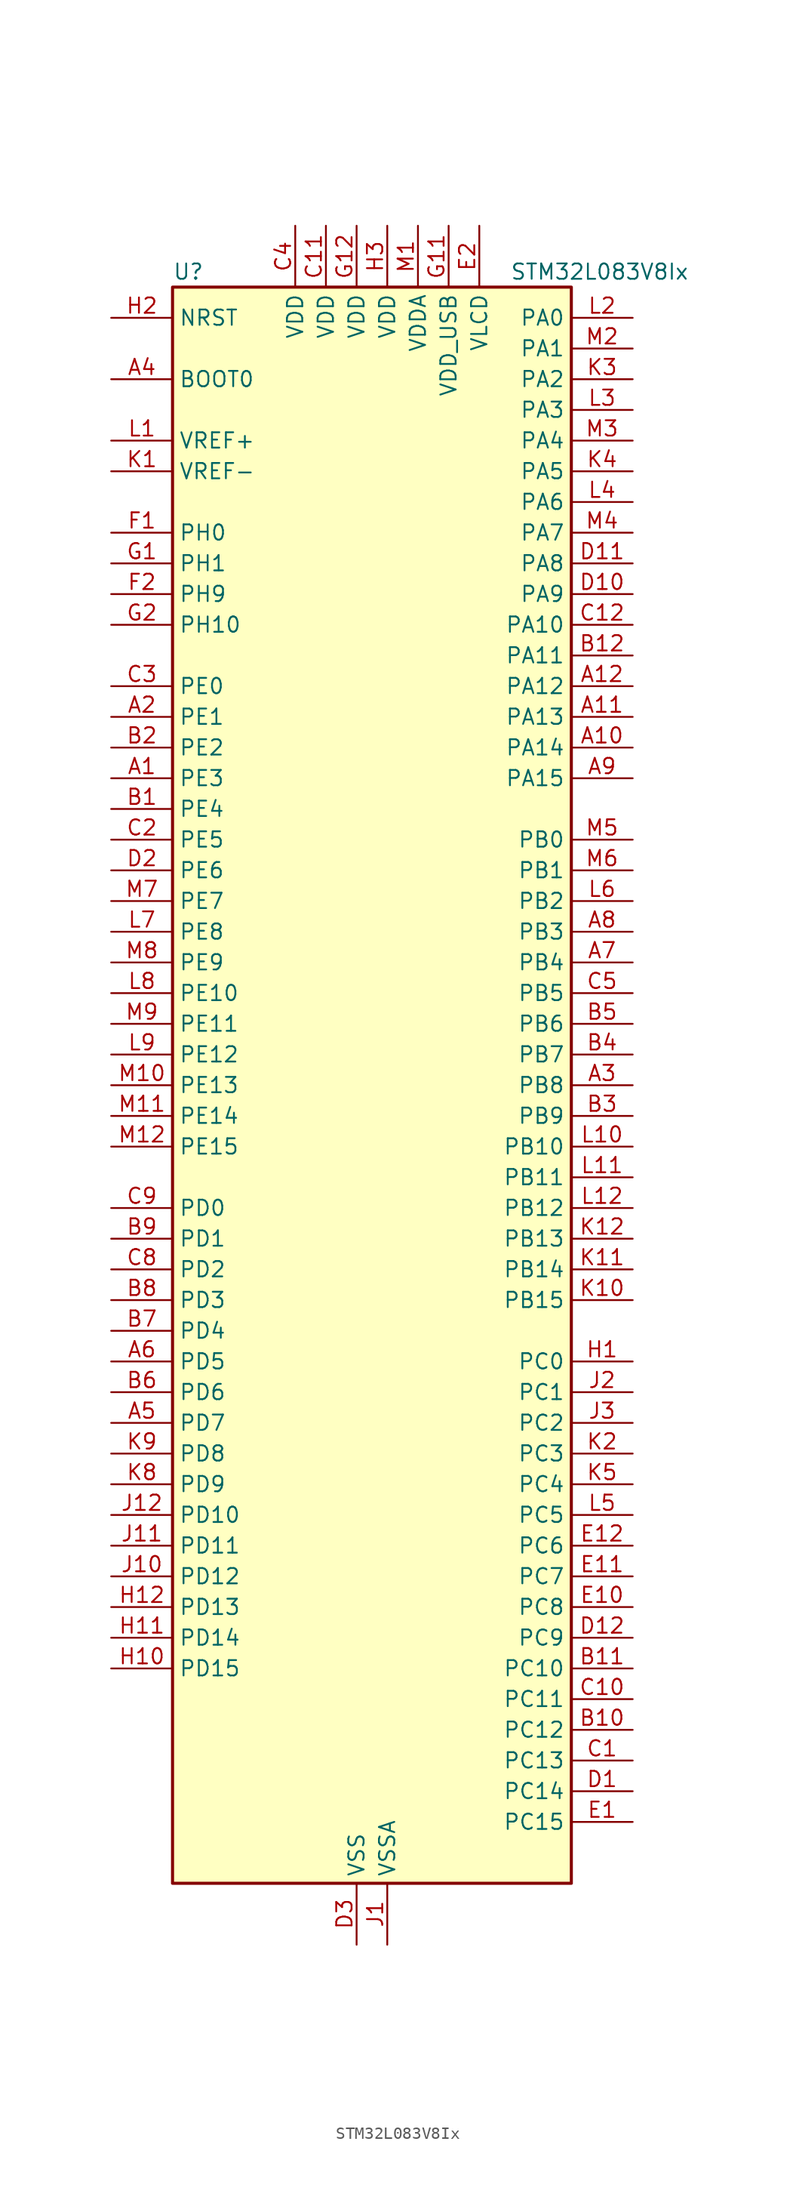
<source format=kicad_sym>
(kicad_symbol_lib
  (version 20220914)
  (generator kicad_symbol_editor)
  (symbol "STM32L083V8Ix"
    (property "Reference" "U"
      (at -15.24 67.31 0)
      (effects (font (size 1.27 1.27)) (justify left)))
    (property "Value" "STM32L083V8Ix"
      (at 12.7 67.31 0)
      (effects (font (size 1.27 1.27)) (justify left)))
    (property "ki_locked" ""
      (at 0 0 0)
      (effects (font (size 1.27 1.27))))
    (symbol "STM32L083V8Ix_0_1"
      (rectangle (start -15.24 -66.04) (end 17.78 66.04) (stroke (width 0.254) (type default)) (fill (type background))))
    (symbol "STM32L083V8Ix_1_1"
      (pin bidirectional line (at -20.32 25.4 0) (length 5.08) (name "PE3" (effects (font (size 1.27 1.27)))) (number "A1" (effects (font (size 1.27 1.27)))) (alternate "LCD_SEG39" bidirectional line) (alternate "TIM22_CH1" bidirectional line) (alternate "TIM3_CH1" bidirectional line))
      (pin bidirectional line (at 22.86 27.94 180) (length 5.08) (name "PA14" (effects (font (size 1.27 1.27)))) (number "A10" (effects (font (size 1.27 1.27)))) (alternate "LPUART1_TX" bidirectional line) (alternate "SYS_SWCLK" bidirectional line) (alternate "USART2_TX" bidirectional line))
      (pin bidirectional line (at 22.86 30.48 180) (length 5.08) (name "PA13" (effects (font (size 1.27 1.27)))) (number "A11" (effects (font (size 1.27 1.27)))) (alternate "LPUART1_RX" bidirectional line) (alternate "SYS_SWDIO" bidirectional line) (alternate "USB_NOE" bidirectional line))
      (pin bidirectional line (at 22.86 33.02 180) (length 5.08) (name "PA12" (effects (font (size 1.27 1.27)))) (number "A12" (effects (font (size 1.27 1.27)))) (alternate "COMP2_OUT" bidirectional line) (alternate "SPI1_MOSI" bidirectional line) (alternate "TSC_G4_IO4" bidirectional line) (alternate "USART1_DE" bidirectional line) (alternate "USART1_RTS" bidirectional line) (alternate "USB_DP" bidirectional line))
      (pin bidirectional line (at -20.32 30.48 0) (length 5.08) (name "PE1" (effects (font (size 1.27 1.27)))) (number "A2" (effects (font (size 1.27 1.27)))) (alternate "LCD_SEG37" bidirectional line))
      (pin bidirectional line (at 22.86 0 180) (length 5.08) (name "PB8" (effects (font (size 1.27 1.27)))) (number "A3" (effects (font (size 1.27 1.27)))) (alternate "I2C1_SCL" bidirectional line) (alternate "LCD_SEG16" bidirectional line) (alternate "TSC_SYNC" bidirectional line))
      (pin input line (at -20.32 58.42 0) (length 5.08) (name "BOOT0" (effects (font (size 1.27 1.27)))) (number "A4" (effects (font (size 1.27 1.27)))))
      (pin bidirectional line (at -20.32 -27.94 0) (length 5.08) (name "PD7" (effects (font (size 1.27 1.27)))) (number "A5" (effects (font (size 1.27 1.27)))) (alternate "TIM21_CH2" bidirectional line) (alternate "USART2_CK" bidirectional line))
      (pin bidirectional line (at -20.32 -22.86 0) (length 5.08) (name "PD5" (effects (font (size 1.27 1.27)))) (number "A6" (effects (font (size 1.27 1.27)))) (alternate "USART2_TX" bidirectional line))
      (pin bidirectional line (at 22.86 10.16 180) (length 5.08) (name "PB4" (effects (font (size 1.27 1.27)))) (number "A7" (effects (font (size 1.27 1.27)))) (alternate "COMP2_INP" bidirectional line) (alternate "I2C3_SDA" bidirectional line) (alternate "LCD_SEG8" bidirectional line) (alternate "SPI1_MISO" bidirectional line) (alternate "TIM22_CH1" bidirectional line) (alternate "TIM3_CH1" bidirectional line) (alternate "TSC_G5_IO2" bidirectional line) (alternate "USART1_CTS" bidirectional line) (alternate "USART5_RX" bidirectional line))
      (pin bidirectional line (at 22.86 12.7 180) (length 5.08) (name "PB3" (effects (font (size 1.27 1.27)))) (number "A8" (effects (font (size 1.27 1.27)))) (alternate "COMP2_INM" bidirectional line) (alternate "LCD_SEG7" bidirectional line) (alternate "SPI1_SCK" bidirectional line) (alternate "TIM2_CH2" bidirectional line) (alternate "TSC_G5_IO1" bidirectional line) (alternate "USART1_DE" bidirectional line) (alternate "USART1_RTS" bidirectional line) (alternate "USART5_TX" bidirectional line))
      (pin bidirectional line (at 22.86 25.4 180) (length 5.08) (name "PA15" (effects (font (size 1.27 1.27)))) (number "A9" (effects (font (size 1.27 1.27)))) (alternate "LCD_SEG17" bidirectional line) (alternate "SPI1_NSS" bidirectional line) (alternate "TIM2_CH1" bidirectional line) (alternate "TIM2_ETR" bidirectional line) (alternate "USART2_RX" bidirectional line) (alternate "USART4_DE" bidirectional line) (alternate "USART4_RTS" bidirectional line))
      (pin bidirectional line (at -20.32 22.86 0) (length 5.08) (name "PE4" (effects (font (size 1.27 1.27)))) (number "B1" (effects (font (size 1.27 1.27)))) (alternate "TIM22_CH2" bidirectional line) (alternate "TIM3_CH2" bidirectional line))
      (pin bidirectional line (at 22.86 -53.34 180) (length 5.08) (name "PC12" (effects (font (size 1.27 1.27)))) (number "B10" (effects (font (size 1.27 1.27)))) (alternate "LCD_COM6" bidirectional line) (alternate "LCD_SEG30" bidirectional line) (alternate "LCD_SEG50" bidirectional line) (alternate "USART4_CK" bidirectional line) (alternate "USART5_TX" bidirectional line))
      (pin bidirectional line (at 22.86 -48.26 180) (length 5.08) (name "PC10" (effects (font (size 1.27 1.27)))) (number "B11" (effects (font (size 1.27 1.27)))) (alternate "LCD_COM4" bidirectional line) (alternate "LCD_SEG28" bidirectional line) (alternate "LCD_SEG48" bidirectional line) (alternate "LPUART1_TX" bidirectional line) (alternate "USART4_TX" bidirectional line))
      (pin bidirectional line (at 22.86 35.56 180) (length 5.08) (name "PA11" (effects (font (size 1.27 1.27)))) (number "B12" (effects (font (size 1.27 1.27)))) (alternate "ADC_EXTI11" bidirectional line) (alternate "COMP1_OUT" bidirectional line) (alternate "SPI1_MISO" bidirectional line) (alternate "TSC_G4_IO3" bidirectional line) (alternate "USART1_CTS" bidirectional line) (alternate "USB_DM" bidirectional line))
      (pin bidirectional line (at -20.32 27.94 0) (length 5.08) (name "PE2" (effects (font (size 1.27 1.27)))) (number "B2" (effects (font (size 1.27 1.27)))) (alternate "LCD_SEG38" bidirectional line) (alternate "TIM3_ETR" bidirectional line))
      (pin bidirectional line (at 22.86 -2.54 180) (length 5.08) (name "PB9" (effects (font (size 1.27 1.27)))) (number "B3" (effects (font (size 1.27 1.27)))) (alternate "DAC_EXTI9" bidirectional line) (alternate "I2C1_SDA" bidirectional line) (alternate "I2S2_WS" bidirectional line) (alternate "LCD_COM3" bidirectional line) (alternate "SPI2_NSS" bidirectional line))
      (pin bidirectional line (at 22.86 2.54 180) (length 5.08) (name "PB7" (effects (font (size 1.27 1.27)))) (number "B4" (effects (font (size 1.27 1.27)))) (alternate "COMP2_INP" bidirectional line) (alternate "I2C1_SDA" bidirectional line) (alternate "LPTIM1_IN2" bidirectional line) (alternate "SYS_PVD_IN" bidirectional line) (alternate "TSC_G5_IO4" bidirectional line) (alternate "USART1_RX" bidirectional line) (alternate "USART4_CTS" bidirectional line))
      (pin bidirectional line (at 22.86 5.08 180) (length 5.08) (name "PB6" (effects (font (size 1.27 1.27)))) (number "B5" (effects (font (size 1.27 1.27)))) (alternate "COMP2_INP" bidirectional line) (alternate "I2C1_SCL" bidirectional line) (alternate "LPTIM1_ETR" bidirectional line) (alternate "TSC_G5_IO3" bidirectional line) (alternate "USART1_TX" bidirectional line))
      (pin bidirectional line (at -20.32 -25.4 0) (length 5.08) (name "PD6" (effects (font (size 1.27 1.27)))) (number "B6" (effects (font (size 1.27 1.27)))) (alternate "USART2_RX" bidirectional line))
      (pin bidirectional line (at -20.32 -20.32 0) (length 5.08) (name "PD4" (effects (font (size 1.27 1.27)))) (number "B7" (effects (font (size 1.27 1.27)))) (alternate "I2S2_SD" bidirectional line) (alternate "SPI2_MOSI" bidirectional line) (alternate "USART2_DE" bidirectional line) (alternate "USART2_RTS" bidirectional line))
      (pin bidirectional line (at -20.32 -17.78 0) (length 5.08) (name "PD3" (effects (font (size 1.27 1.27)))) (number "B8" (effects (font (size 1.27 1.27)))) (alternate "I2S2_MCK" bidirectional line) (alternate "LCD_SEG44" bidirectional line) (alternate "SPI2_MISO" bidirectional line) (alternate "USART2_CTS" bidirectional line))
      (pin bidirectional line (at -20.32 -12.7 0) (length 5.08) (name "PD1" (effects (font (size 1.27 1.27)))) (number "B9" (effects (font (size 1.27 1.27)))) (alternate "I2S2_CK" bidirectional line) (alternate "SPI2_SCK" bidirectional line))
      (pin bidirectional line (at 22.86 -55.88 180) (length 5.08) (name "PC13" (effects (font (size 1.27 1.27)))) (number "C1" (effects (font (size 1.27 1.27)))) (alternate "RTC_OUT_ALARM" bidirectional line) (alternate "RTC_OUT_CALIB" bidirectional line) (alternate "RTC_TAMP1" bidirectional line) (alternate "RTC_TS" bidirectional line) (alternate "SYS_WKUP2" bidirectional line))
      (pin bidirectional line (at 22.86 -50.8 180) (length 5.08) (name "PC11" (effects (font (size 1.27 1.27)))) (number "C10" (effects (font (size 1.27 1.27)))) (alternate "ADC_EXTI11" bidirectional line) (alternate "LCD_COM5" bidirectional line) (alternate "LCD_SEG29" bidirectional line) (alternate "LCD_SEG49" bidirectional line) (alternate "LPUART1_RX" bidirectional line) (alternate "USART4_RX" bidirectional line))
      (pin power_in line (at -2.54 71.12 270) (length 5.08) (name "VDD" (effects (font (size 1.27 1.27)))) (number "C11" (effects (font (size 1.27 1.27)))))
      (pin bidirectional line (at 22.86 38.1 180) (length 5.08) (name "PA10" (effects (font (size 1.27 1.27)))) (number "C12" (effects (font (size 1.27 1.27)))) (alternate "I2C1_SDA" bidirectional line) (alternate "LCD_COM2" bidirectional line) (alternate "TSC_G4_IO2" bidirectional line) (alternate "USART1_RX" bidirectional line))
      (pin bidirectional line (at -20.32 20.32 0) (length 5.08) (name "PE5" (effects (font (size 1.27 1.27)))) (number "C2" (effects (font (size 1.27 1.27)))) (alternate "TIM21_CH1" bidirectional line) (alternate "TIM3_CH3" bidirectional line))
      (pin bidirectional line (at -20.32 33.02 0) (length 5.08) (name "PE0" (effects (font (size 1.27 1.27)))) (number "C3" (effects (font (size 1.27 1.27)))) (alternate "LCD_SEG36" bidirectional line))
      (pin power_in line (at -5.08 71.12 270) (length 5.08) (name "VDD" (effects (font (size 1.27 1.27)))) (number "C4" (effects (font (size 1.27 1.27)))))
      (pin bidirectional line (at 22.86 7.62 180) (length 5.08) (name "PB5" (effects (font (size 1.27 1.27)))) (number "C5" (effects (font (size 1.27 1.27)))) (alternate "COMP2_INP" bidirectional line) (alternate "I2C1_SMBA" bidirectional line) (alternate "LCD_SEG9" bidirectional line) (alternate "LPTIM1_IN1" bidirectional line) (alternate "SPI1_MOSI" bidirectional line) (alternate "TIM22_CH2" bidirectional line) (alternate "TIM3_CH2" bidirectional line) (alternate "USART1_CK" bidirectional line) (alternate "USART5_CK" bidirectional line) (alternate "USART5_DE" bidirectional line) (alternate "USART5_RTS" bidirectional line))
      (pin bidirectional line (at -20.32 -15.24 0) (length 5.08) (name "PD2" (effects (font (size 1.27 1.27)))) (number "C8" (effects (font (size 1.27 1.27)))) (alternate "LCD_COM7" bidirectional line) (alternate "LCD_SEG31" bidirectional line) (alternate "LCD_SEG51" bidirectional line) (alternate "LPUART1_DE" bidirectional line) (alternate "LPUART1_RTS" bidirectional line) (alternate "TIM3_ETR" bidirectional line) (alternate "USART5_RX" bidirectional line))
      (pin bidirectional line (at -20.32 -10.16 0) (length 5.08) (name "PD0" (effects (font (size 1.27 1.27)))) (number "C9" (effects (font (size 1.27 1.27)))) (alternate "I2S2_WS" bidirectional line) (alternate "SPI2_NSS" bidirectional line) (alternate "TIM21_CH1" bidirectional line))
      (pin bidirectional line (at 22.86 -58.42 180) (length 5.08) (name "PC14" (effects (font (size 1.27 1.27)))) (number "D1" (effects (font (size 1.27 1.27)))) (alternate "RCC_OSC32_IN" bidirectional line))
      (pin bidirectional line (at 22.86 40.64 180) (length 5.08) (name "PA9" (effects (font (size 1.27 1.27)))) (number "D10" (effects (font (size 1.27 1.27)))) (alternate "DAC_EXTI9" bidirectional line) (alternate "I2C1_SCL" bidirectional line) (alternate "I2C3_SMBA" bidirectional line) (alternate "LCD_COM1" bidirectional line) (alternate "RCC_MCO" bidirectional line) (alternate "TSC_G4_IO1" bidirectional line) (alternate "USART1_TX" bidirectional line))
      (pin bidirectional line (at 22.86 43.18 180) (length 5.08) (name "PA8" (effects (font (size 1.27 1.27)))) (number "D11" (effects (font (size 1.27 1.27)))) (alternate "CRS_SYNC" bidirectional line) (alternate "I2C3_SCL" bidirectional line) (alternate "LCD_COM0" bidirectional line) (alternate "RCC_MCO" bidirectional line) (alternate "USART1_CK" bidirectional line))
      (pin bidirectional line (at 22.86 -45.72 180) (length 5.08) (name "PC9" (effects (font (size 1.27 1.27)))) (number "D12" (effects (font (size 1.27 1.27)))) (alternate "DAC_EXTI9" bidirectional line) (alternate "I2C3_SDA" bidirectional line) (alternate "LCD_SEG27" bidirectional line) (alternate "TIM21_ETR" bidirectional line) (alternate "TIM3_CH4" bidirectional line) (alternate "TSC_G8_IO4" bidirectional line) (alternate "USB_NOE" bidirectional line))
      (pin bidirectional line (at -20.32 17.78 0) (length 5.08) (name "PE6" (effects (font (size 1.27 1.27)))) (number "D2" (effects (font (size 1.27 1.27)))) (alternate "RTC_TAMP3" bidirectional line) (alternate "SYS_WKUP3" bidirectional line) (alternate "TIM21_CH2" bidirectional line) (alternate "TIM3_CH4" bidirectional line))
      (pin power_in line (at 0 -71.12 90) (length 5.08) (name "VSS" (effects (font (size 1.27 1.27)))) (number "D3" (effects (font (size 1.27 1.27)))))
      (pin bidirectional line (at 22.86 -60.96 180) (length 5.08) (name "PC15" (effects (font (size 1.27 1.27)))) (number "E1" (effects (font (size 1.27 1.27)))) (alternate "RCC_OSC32_OUT" bidirectional line))
      (pin bidirectional line (at 22.86 -43.18 180) (length 5.08) (name "PC8" (effects (font (size 1.27 1.27)))) (number "E10" (effects (font (size 1.27 1.27)))) (alternate "LCD_SEG26" bidirectional line) (alternate "TIM22_ETR" bidirectional line) (alternate "TIM3_CH3" bidirectional line) (alternate "TSC_G8_IO3" bidirectional line))
      (pin bidirectional line (at 22.86 -40.64 180) (length 5.08) (name "PC7" (effects (font (size 1.27 1.27)))) (number "E11" (effects (font (size 1.27 1.27)))) (alternate "LCD_SEG25" bidirectional line) (alternate "TIM22_CH2" bidirectional line) (alternate "TIM3_CH2" bidirectional line) (alternate "TSC_G8_IO2" bidirectional line))
      (pin bidirectional line (at 22.86 -38.1 180) (length 5.08) (name "PC6" (effects (font (size 1.27 1.27)))) (number "E12" (effects (font (size 1.27 1.27)))) (alternate "LCD_SEG24" bidirectional line) (alternate "TIM22_CH1" bidirectional line) (alternate "TIM3_CH1" bidirectional line) (alternate "TSC_G8_IO1" bidirectional line))
      (pin power_in line (at 10.16 71.12 270) (length 5.08) (name "VLCD" (effects (font (size 1.27 1.27)))) (number "E2" (effects (font (size 1.27 1.27)))))
      (pin passive line (at 0 -71.12 90) (length 5.08) hide (name "VSS" (effects (font (size 1.27 1.27)))) (number "E3" (effects (font (size 1.27 1.27)))))
      (pin bidirectional line (at -20.32 45.72 0) (length 5.08) (name "PH0" (effects (font (size 1.27 1.27)))) (number "F1" (effects (font (size 1.27 1.27)))) (alternate "CRS_SYNC" bidirectional line) (alternate "RCC_OSC_IN" bidirectional line))
      (pin passive line (at 0 -71.12 90) (length 5.08) hide (name "VSS" (effects (font (size 1.27 1.27)))) (number "F11" (effects (font (size 1.27 1.27)))))
      (pin passive line (at 0 -71.12 90) (length 5.08) hide (name "VSS" (effects (font (size 1.27 1.27)))) (number "F12" (effects (font (size 1.27 1.27)))))
      (pin bidirectional line (at -20.32 40.64 0) (length 5.08) (name "PH9" (effects (font (size 1.27 1.27)))) (number "F2" (effects (font (size 1.27 1.27)))) (alternate "DAC_EXTI9" bidirectional line))
      (pin bidirectional line (at -20.32 43.18 0) (length 5.08) (name "PH1" (effects (font (size 1.27 1.27)))) (number "G1" (effects (font (size 1.27 1.27)))) (alternate "RCC_OSC_OUT" bidirectional line))
      (pin power_in line (at 7.62 71.12 270) (length 5.08) (name "VDD_USB" (effects (font (size 1.27 1.27)))) (number "G11" (effects (font (size 1.27 1.27)))))
      (pin power_in line (at 0 71.12 270) (length 5.08) (name "VDD" (effects (font (size 1.27 1.27)))) (number "G12" (effects (font (size 1.27 1.27)))))
      (pin bidirectional line (at -20.32 38.1 0) (length 5.08) (name "PH10" (effects (font (size 1.27 1.27)))) (number "G2" (effects (font (size 1.27 1.27)))))
      (pin bidirectional line (at 22.86 -22.86 180) (length 5.08) (name "PC0" (effects (font (size 1.27 1.27)))) (number "H1" (effects (font (size 1.27 1.27)))) (alternate "ADC_IN10" bidirectional line) (alternate "I2C3_SCL" bidirectional line) (alternate "LCD_SEG18" bidirectional line) (alternate "LPTIM1_IN1" bidirectional line) (alternate "LPUART1_RX" bidirectional line) (alternate "TSC_G7_IO1" bidirectional line))
      (pin bidirectional line (at -20.32 -48.26 0) (length 5.08) (name "PD15" (effects (font (size 1.27 1.27)))) (number "H10" (effects (font (size 1.27 1.27)))) (alternate "CRS_SYNC" bidirectional line) (alternate "LCD_SEG35" bidirectional line))
      (pin bidirectional line (at -20.32 -45.72 0) (length 5.08) (name "PD14" (effects (font (size 1.27 1.27)))) (number "H11" (effects (font (size 1.27 1.27)))) (alternate "LCD_SEG34" bidirectional line))
      (pin bidirectional line (at -20.32 -43.18 0) (length 5.08) (name "PD13" (effects (font (size 1.27 1.27)))) (number "H12" (effects (font (size 1.27 1.27)))) (alternate "LCD_SEG33" bidirectional line))
      (pin input line (at -20.32 63.5 0) (length 5.08) (name "NRST" (effects (font (size 1.27 1.27)))) (number "H2" (effects (font (size 1.27 1.27)))))
      (pin power_in line (at 2.54 71.12 270) (length 5.08) (name "VDD" (effects (font (size 1.27 1.27)))) (number "H3" (effects (font (size 1.27 1.27)))))
      (pin power_in line (at 2.54 -71.12 90) (length 5.08) (name "VSSA" (effects (font (size 1.27 1.27)))) (number "J1" (effects (font (size 1.27 1.27)))))
      (pin bidirectional line (at -20.32 -40.64 0) (length 5.08) (name "PD12" (effects (font (size 1.27 1.27)))) (number "J10" (effects (font (size 1.27 1.27)))) (alternate "LCD_SEG32" bidirectional line) (alternate "LPUART1_DE" bidirectional line) (alternate "LPUART1_RTS" bidirectional line))
      (pin bidirectional line (at -20.32 -38.1 0) (length 5.08) (name "PD11" (effects (font (size 1.27 1.27)))) (number "J11" (effects (font (size 1.27 1.27)))) (alternate "ADC_EXTI11" bidirectional line) (alternate "LCD_SEG31" bidirectional line) (alternate "LPUART1_CTS" bidirectional line))
      (pin bidirectional line (at -20.32 -35.56 0) (length 5.08) (name "PD10" (effects (font (size 1.27 1.27)))) (number "J12" (effects (font (size 1.27 1.27)))) (alternate "LCD_SEG30" bidirectional line))
      (pin bidirectional line (at 22.86 -25.4 180) (length 5.08) (name "PC1" (effects (font (size 1.27 1.27)))) (number "J2" (effects (font (size 1.27 1.27)))) (alternate "ADC_IN11" bidirectional line) (alternate "I2C3_SDA" bidirectional line) (alternate "LCD_SEG19" bidirectional line) (alternate "LPTIM1_OUT" bidirectional line) (alternate "LPUART1_TX" bidirectional line) (alternate "TSC_G7_IO2" bidirectional line))
      (pin bidirectional line (at 22.86 -27.94 180) (length 5.08) (name "PC2" (effects (font (size 1.27 1.27)))) (number "J3" (effects (font (size 1.27 1.27)))) (alternate "ADC_IN12" bidirectional line) (alternate "I2S2_MCK" bidirectional line) (alternate "LCD_SEG20" bidirectional line) (alternate "LPTIM1_IN2" bidirectional line) (alternate "SPI2_MISO" bidirectional line) (alternate "TSC_G7_IO3" bidirectional line))
      (pin input line (at -20.32 50.8 0) (length 5.08) (name "VREF-" (effects (font (size 1.27 1.27)))) (number "K1" (effects (font (size 1.27 1.27)))))
      (pin bidirectional line (at 22.86 -17.78 180) (length 5.08) (name "PB15" (effects (font (size 1.27 1.27)))) (number "K10" (effects (font (size 1.27 1.27)))) (alternate "I2S2_SD" bidirectional line) (alternate "LCD_SEG15" bidirectional line) (alternate "RTC_REFIN" bidirectional line) (alternate "SPI2_MOSI" bidirectional line))
      (pin bidirectional line (at 22.86 -15.24 180) (length 5.08) (name "PB14" (effects (font (size 1.27 1.27)))) (number "K11" (effects (font (size 1.27 1.27)))) (alternate "I2C2_SDA" bidirectional line) (alternate "I2S2_MCK" bidirectional line) (alternate "LCD_SEG14" bidirectional line) (alternate "LPUART1_DE" bidirectional line) (alternate "LPUART1_RTS" bidirectional line) (alternate "RTC_OUT_ALARM" bidirectional line) (alternate "RTC_OUT_CALIB" bidirectional line) (alternate "SPI2_MISO" bidirectional line) (alternate "TIM21_CH2" bidirectional line) (alternate "TSC_G6_IO4" bidirectional line))
      (pin bidirectional line (at 22.86 -12.7 180) (length 5.08) (name "PB13" (effects (font (size 1.27 1.27)))) (number "K12" (effects (font (size 1.27 1.27)))) (alternate "I2C2_SCL" bidirectional line) (alternate "I2S2_CK" bidirectional line) (alternate "LCD_SEG13" bidirectional line) (alternate "LPUART1_CTS" bidirectional line) (alternate "RCC_MCO" bidirectional line) (alternate "SPI2_SCK" bidirectional line) (alternate "TIM21_CH1" bidirectional line) (alternate "TSC_G6_IO3" bidirectional line))
      (pin bidirectional line (at 22.86 -30.48 180) (length 5.08) (name "PC3" (effects (font (size 1.27 1.27)))) (number "K2" (effects (font (size 1.27 1.27)))) (alternate "ADC_IN13" bidirectional line) (alternate "I2S2_SD" bidirectional line) (alternate "LCD_SEG21" bidirectional line) (alternate "LPTIM1_ETR" bidirectional line) (alternate "SPI2_MOSI" bidirectional line) (alternate "TSC_G7_IO4" bidirectional line))
      (pin bidirectional line (at 22.86 58.42 180) (length 5.08) (name "PA2" (effects (font (size 1.27 1.27)))) (number "K3" (effects (font (size 1.27 1.27)))) (alternate "ADC_IN2" bidirectional line) (alternate "COMP2_INM" bidirectional line) (alternate "COMP2_OUT" bidirectional line) (alternate "LCD_SEG1" bidirectional line) (alternate "LPUART1_TX" bidirectional line) (alternate "TIM21_CH1" bidirectional line) (alternate "TIM2_CH3" bidirectional line) (alternate "TSC_G1_IO3" bidirectional line) (alternate "USART2_TX" bidirectional line))
      (pin bidirectional line (at 22.86 50.8 180) (length 5.08) (name "PA5" (effects (font (size 1.27 1.27)))) (number "K4" (effects (font (size 1.27 1.27)))) (alternate "ADC_IN5" bidirectional line) (alternate "COMP1_INM" bidirectional line) (alternate "COMP2_INM" bidirectional line) (alternate "DAC_OUT2" bidirectional line) (alternate "SPI1_SCK" bidirectional line) (alternate "TIM2_CH1" bidirectional line) (alternate "TIM2_ETR" bidirectional line) (alternate "TSC_G2_IO2" bidirectional line))
      (pin bidirectional line (at 22.86 -33.02 180) (length 5.08) (name "PC4" (effects (font (size 1.27 1.27)))) (number "K5" (effects (font (size 1.27 1.27)))) (alternate "ADC_IN14" bidirectional line) (alternate "LCD_SEG22" bidirectional line) (alternate "LPUART1_TX" bidirectional line))
      (pin bidirectional line (at -20.32 -33.02 0) (length 5.08) (name "PD9" (effects (font (size 1.27 1.27)))) (number "K8" (effects (font (size 1.27 1.27)))) (alternate "DAC_EXTI9" bidirectional line) (alternate "LCD_SEG29" bidirectional line) (alternate "LPUART1_RX" bidirectional line))
      (pin bidirectional line (at -20.32 -30.48 0) (length 5.08) (name "PD8" (effects (font (size 1.27 1.27)))) (number "K9" (effects (font (size 1.27 1.27)))) (alternate "LCD_SEG28" bidirectional line) (alternate "LPUART1_TX" bidirectional line))
      (pin input line (at -20.32 53.34 0) (length 5.08) (name "VREF+" (effects (font (size 1.27 1.27)))) (number "L1" (effects (font (size 1.27 1.27)))))
      (pin bidirectional line (at 22.86 -5.08 180) (length 5.08) (name "PB10" (effects (font (size 1.27 1.27)))) (number "L10" (effects (font (size 1.27 1.27)))) (alternate "I2C2_SCL" bidirectional line) (alternate "LCD_SEG10" bidirectional line) (alternate "LPUART1_RX" bidirectional line) (alternate "LPUART1_TX" bidirectional line) (alternate "SPI2_SCK" bidirectional line) (alternate "TIM2_CH3" bidirectional line) (alternate "TSC_SYNC" bidirectional line))
      (pin bidirectional line (at 22.86 -7.62 180) (length 5.08) (name "PB11" (effects (font (size 1.27 1.27)))) (number "L11" (effects (font (size 1.27 1.27)))) (alternate "ADC_EXTI11" bidirectional line) (alternate "I2C2_SDA" bidirectional line) (alternate "LCD_SEG11" bidirectional line) (alternate "LPUART1_RX" bidirectional line) (alternate "LPUART1_TX" bidirectional line) (alternate "TIM2_CH4" bidirectional line) (alternate "TSC_G6_IO1" bidirectional line))
      (pin bidirectional line (at 22.86 -10.16 180) (length 5.08) (name "PB12" (effects (font (size 1.27 1.27)))) (number "L12" (effects (font (size 1.27 1.27)))) (alternate "I2S2_WS" bidirectional line) (alternate "LCD_SEG12" bidirectional line) (alternate "LCD_VLCD2" bidirectional line) (alternate "LPUART1_DE" bidirectional line) (alternate "LPUART1_RTS" bidirectional line) (alternate "SPI2_NSS" bidirectional line) (alternate "TSC_G6_IO2" bidirectional line))
      (pin bidirectional line (at 22.86 63.5 180) (length 5.08) (name "PA0" (effects (font (size 1.27 1.27)))) (number "L2" (effects (font (size 1.27 1.27)))) (alternate "ADC_IN0" bidirectional line) (alternate "COMP1_INM" bidirectional line) (alternate "COMP1_OUT" bidirectional line) (alternate "RTC_TAMP2" bidirectional line) (alternate "SYS_WKUP1" bidirectional line) (alternate "TIM2_CH1" bidirectional line) (alternate "TIM2_ETR" bidirectional line) (alternate "TSC_G1_IO1" bidirectional line) (alternate "USART2_CTS" bidirectional line) (alternate "USART4_TX" bidirectional line))
      (pin bidirectional line (at 22.86 55.88 180) (length 5.08) (name "PA3" (effects (font (size 1.27 1.27)))) (number "L3" (effects (font (size 1.27 1.27)))) (alternate "ADC_IN3" bidirectional line) (alternate "COMP2_INP" bidirectional line) (alternate "LCD_SEG2" bidirectional line) (alternate "LPUART1_RX" bidirectional line) (alternate "TIM21_CH2" bidirectional line) (alternate "TIM2_CH4" bidirectional line) (alternate "TSC_G1_IO4" bidirectional line) (alternate "USART2_RX" bidirectional line))
      (pin bidirectional line (at 22.86 48.26 180) (length 5.08) (name "PA6" (effects (font (size 1.27 1.27)))) (number "L4" (effects (font (size 1.27 1.27)))) (alternate "ADC_IN6" bidirectional line) (alternate "COMP1_OUT" bidirectional line) (alternate "LCD_SEG3" bidirectional line) (alternate "LPUART1_CTS" bidirectional line) (alternate "SPI1_MISO" bidirectional line) (alternate "TIM22_CH1" bidirectional line) (alternate "TIM3_CH1" bidirectional line) (alternate "TSC_G2_IO3" bidirectional line))
      (pin bidirectional line (at 22.86 -35.56 180) (length 5.08) (name "PC5" (effects (font (size 1.27 1.27)))) (number "L5" (effects (font (size 1.27 1.27)))) (alternate "ADC_IN15" bidirectional line) (alternate "LCD_SEG23" bidirectional line) (alternate "LPUART1_RX" bidirectional line) (alternate "TSC_G3_IO1" bidirectional line))
      (pin bidirectional line (at 22.86 15.24 180) (length 5.08) (name "PB2" (effects (font (size 1.27 1.27)))) (number "L6" (effects (font (size 1.27 1.27)))) (alternate "I2C3_SMBA" bidirectional line) (alternate "LCD_VLCD2" bidirectional line) (alternate "LPTIM1_OUT" bidirectional line) (alternate "TSC_G3_IO4" bidirectional line))
      (pin bidirectional line (at -20.32 12.7 0) (length 5.08) (name "PE8" (effects (font (size 1.27 1.27)))) (number "L7" (effects (font (size 1.27 1.27)))) (alternate "LCD_SEG46" bidirectional line) (alternate "USART4_TX" bidirectional line))
      (pin bidirectional line (at -20.32 7.62 0) (length 5.08) (name "PE10" (effects (font (size 1.27 1.27)))) (number "L8" (effects (font (size 1.27 1.27)))) (alternate "LCD_SEG40" bidirectional line) (alternate "TIM2_CH2" bidirectional line) (alternate "USART5_TX" bidirectional line))
      (pin bidirectional line (at -20.32 2.54 0) (length 5.08) (name "PE12" (effects (font (size 1.27 1.27)))) (number "L9" (effects (font (size 1.27 1.27)))) (alternate "LCD_VLCD3" bidirectional line) (alternate "SPI1_NSS" bidirectional line) (alternate "TIM2_CH4" bidirectional line))
      (pin power_in line (at 5.08 71.12 270) (length 5.08) (name "VDDA" (effects (font (size 1.27 1.27)))) (number "M1" (effects (font (size 1.27 1.27)))))
      (pin bidirectional line (at -20.32 0 0) (length 5.08) (name "PE13" (effects (font (size 1.27 1.27)))) (number "M10" (effects (font (size 1.27 1.27)))) (alternate "LCD_SEG41" bidirectional line) (alternate "SPI1_SCK" bidirectional line))
      (pin bidirectional line (at -20.32 -2.54 0) (length 5.08) (name "PE14" (effects (font (size 1.27 1.27)))) (number "M11" (effects (font (size 1.27 1.27)))) (alternate "LCD_SEG42" bidirectional line) (alternate "SPI1_MISO" bidirectional line))
      (pin bidirectional line (at -20.32 -5.08 0) (length 5.08) (name "PE15" (effects (font (size 1.27 1.27)))) (number "M12" (effects (font (size 1.27 1.27)))) (alternate "LCD_SEG43" bidirectional line) (alternate "SPI1_MOSI" bidirectional line))
      (pin bidirectional line (at 22.86 60.96 180) (length 5.08) (name "PA1" (effects (font (size 1.27 1.27)))) (number "M2" (effects (font (size 1.27 1.27)))) (alternate "ADC_IN1" bidirectional line) (alternate "COMP1_INP" bidirectional line) (alternate "LCD_SEG0" bidirectional line) (alternate "TIM21_ETR" bidirectional line) (alternate "TIM2_CH2" bidirectional line) (alternate "TSC_G1_IO2" bidirectional line) (alternate "USART2_DE" bidirectional line) (alternate "USART2_RTS" bidirectional line) (alternate "USART4_RX" bidirectional line))
      (pin bidirectional line (at 22.86 53.34 180) (length 5.08) (name "PA4" (effects (font (size 1.27 1.27)))) (number "M3" (effects (font (size 1.27 1.27)))) (alternate "ADC_IN4" bidirectional line) (alternate "COMP1_INM" bidirectional line) (alternate "COMP2_INM" bidirectional line) (alternate "DAC_OUT1" bidirectional line) (alternate "SPI1_NSS" bidirectional line) (alternate "TIM22_ETR" bidirectional line) (alternate "TSC_G2_IO1" bidirectional line) (alternate "USART2_CK" bidirectional line))
      (pin bidirectional line (at 22.86 45.72 180) (length 5.08) (name "PA7" (effects (font (size 1.27 1.27)))) (number "M4" (effects (font (size 1.27 1.27)))) (alternate "ADC_IN7" bidirectional line) (alternate "COMP2_OUT" bidirectional line) (alternate "LCD_SEG4" bidirectional line) (alternate "SPI1_MOSI" bidirectional line) (alternate "TIM22_CH2" bidirectional line) (alternate "TIM3_CH2" bidirectional line) (alternate "TSC_G2_IO4" bidirectional line))
      (pin bidirectional line (at 22.86 20.32 180) (length 5.08) (name "PB0" (effects (font (size 1.27 1.27)))) (number "M5" (effects (font (size 1.27 1.27)))) (alternate "ADC_IN8" bidirectional line) (alternate "LCD_SEG5" bidirectional line) (alternate "LCD_VLCD3" bidirectional line) (alternate "SYS_VREF_OUT_PB0" bidirectional line) (alternate "TIM3_CH3" bidirectional line) (alternate "TSC_G3_IO2" bidirectional line))
      (pin bidirectional line (at 22.86 17.78 180) (length 5.08) (name "PB1" (effects (font (size 1.27 1.27)))) (number "M6" (effects (font (size 1.27 1.27)))) (alternate "ADC_IN9" bidirectional line) (alternate "LCD_SEG6" bidirectional line) (alternate "LPUART1_DE" bidirectional line) (alternate "LPUART1_RTS" bidirectional line) (alternate "SYS_VREF_OUT_PB1" bidirectional line) (alternate "TIM3_CH4" bidirectional line) (alternate "TSC_G3_IO3" bidirectional line))
      (pin bidirectional line (at -20.32 15.24 0) (length 5.08) (name "PE7" (effects (font (size 1.27 1.27)))) (number "M7" (effects (font (size 1.27 1.27)))) (alternate "LCD_SEG45" bidirectional line) (alternate "USART5_CK" bidirectional line) (alternate "USART5_DE" bidirectional line) (alternate "USART5_RTS" bidirectional line))
      (pin bidirectional line (at -20.32 10.16 0) (length 5.08) (name "PE9" (effects (font (size 1.27 1.27)))) (number "M8" (effects (font (size 1.27 1.27)))) (alternate "DAC_EXTI9" bidirectional line) (alternate "LCD_SEG47" bidirectional line) (alternate "TIM2_CH1" bidirectional line) (alternate "TIM2_ETR" bidirectional line) (alternate "USART4_RX" bidirectional line))
      (pin bidirectional line (at -20.32 5.08 0) (length 5.08) (name "PE11" (effects (font (size 1.27 1.27)))) (number "M9" (effects (font (size 1.27 1.27)))) (alternate "ADC_EXTI11" bidirectional line) (alternate "LCD_VLCD1" bidirectional line) (alternate "TIM2_CH3" bidirectional line) (alternate "USART5_RX" bidirectional line)))))
</source>
